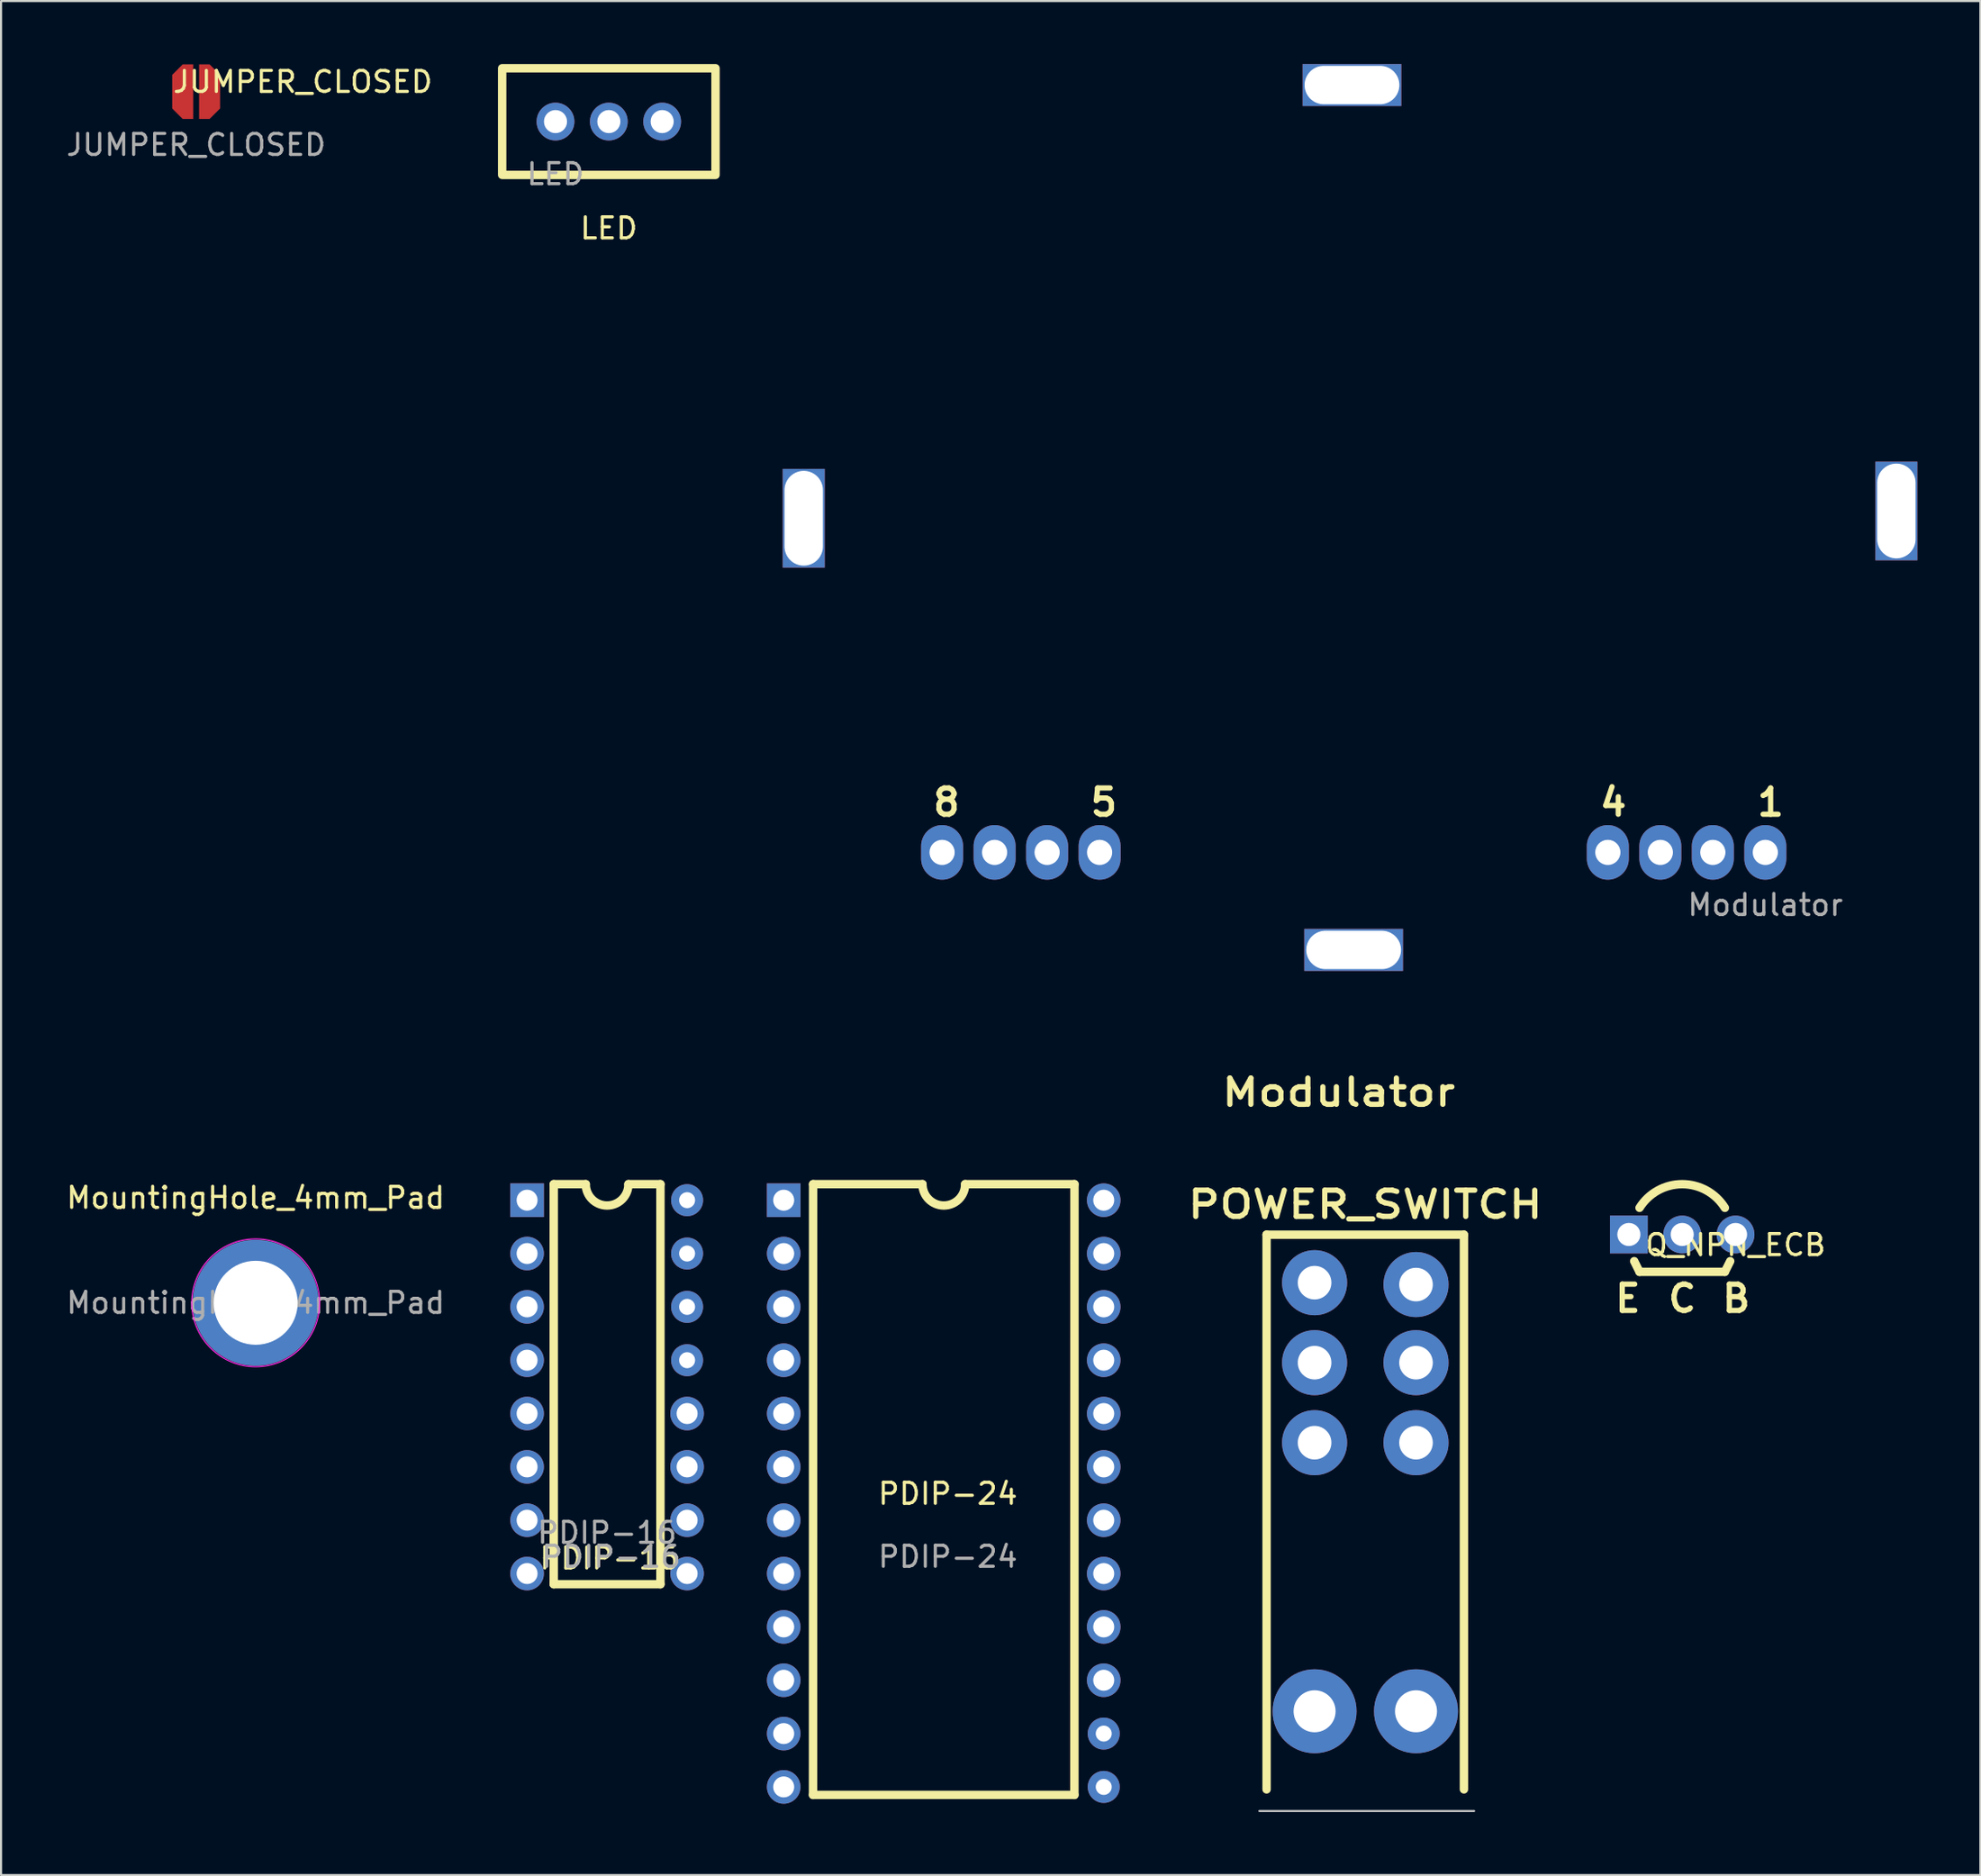
<source format=kicad_pcb>
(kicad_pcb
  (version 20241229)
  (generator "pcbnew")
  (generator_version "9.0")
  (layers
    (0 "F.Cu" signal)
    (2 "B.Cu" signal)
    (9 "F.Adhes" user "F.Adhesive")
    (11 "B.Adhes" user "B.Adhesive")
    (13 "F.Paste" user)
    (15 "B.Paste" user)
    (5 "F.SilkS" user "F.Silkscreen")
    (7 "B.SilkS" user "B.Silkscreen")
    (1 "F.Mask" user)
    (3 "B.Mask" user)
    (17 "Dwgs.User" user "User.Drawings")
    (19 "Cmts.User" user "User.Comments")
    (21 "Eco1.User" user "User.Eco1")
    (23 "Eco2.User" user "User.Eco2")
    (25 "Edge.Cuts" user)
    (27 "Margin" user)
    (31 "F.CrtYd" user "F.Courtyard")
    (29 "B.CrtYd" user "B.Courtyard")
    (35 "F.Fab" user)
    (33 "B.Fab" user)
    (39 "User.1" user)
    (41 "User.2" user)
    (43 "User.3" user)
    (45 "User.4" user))
  (footprint "PDIP-16"
    (layer "F.Cu")
    (at 25.86 61.723)
    (property "Reference" "PDIP-16" (at 0.103 9.439 0) (unlocked yes) (layer "F.SilkS") (effects (font (size 1 1) (thickness 0.15))))
    (attr through_hole)
    (fp_line (start -2.54 -8.382) (end -1.016 -8.382) (stroke (width 0.4) (type default)) (layer "F.SilkS"))
    (fp_line (start -2.54 10.668) (end -2.54 -8.382) (stroke (width 0.4) (type default)) (layer "F.SilkS"))
    (fp_line (start -2.54 10.668) (end 2.54 10.668) (stroke (width 0.4) (type default)) (layer "F.SilkS"))
    (fp_line (start 1.016 -8.382) (end 2.54 -8.382) (stroke (width 0.4) (type default)) (layer "F.SilkS"))
    (fp_line (start 2.54 10.668) (end 2.54 -8.382) (stroke (width 0.4) (type default)) (layer "F.SilkS"))
    (fp_arc (start 1.016 -8.382) (mid 0 -7.366) (end -1.016 -8.382) (stroke (width 0.4) (type default)) (layer "F.SilkS"))
    (fp_text user "${REFERENCE}" (at 0.195 9.357 0) (unlocked yes) (layer "F.Fab") (effects (font (size 1 1) (thickness 0.15))))
    (fp_text user "${REFERENCE}" (at 0 8.215 0) (unlocked yes) (layer "F.Fab") (effects (font (size 1 1) (thickness 0.15))))
    (pad "1" thru_hole rect (at -3.81 -7.62) (size 1.6 1.6) (drill 1) (layers "*.Cu" "*.Mask"))
    (pad "2" thru_hole circle (at -3.81 -5.08) (size 1.6 1.6) (drill 1) (layers "*.Cu" "*.Mask"))
    (pad "3" thru_hole circle (at -3.81 -2.54) (size 1.6 1.6) (drill 1) (layers "*.Cu" "*.Mask"))
    (pad "4" thru_hole circle (at -3.81 0) (size 1.6 1.6) (drill 1) (layers "*.Cu" "*.Mask"))
    (pad "5" thru_hole circle (at -3.81 2.54) (size 1.6 1.6) (drill 1) (layers "*.Cu" "*.Mask"))
    (pad "6" thru_hole circle (at -3.81 5.08) (size 1.6 1.6) (drill 1) (layers "*.Cu" "*.Mask"))
    (pad "7" thru_hole circle (at -3.81 7.62) (size 1.6 1.6) (drill 1) (layers "*.Cu" "*.Mask"))
    (pad "8" thru_hole circle (at -3.81 10.16) (size 1.6 1.6) (drill 1) (layers "*.Cu" "*.Mask"))
    (pad "9" thru_hole circle (at 3.81 10.16) (size 1.6 1.6) (drill 1) (layers "*.Cu" "*.Mask"))
    (pad "10" thru_hole circle (at 3.81 7.62) (size 1.6 1.6) (drill 1) (layers "*.Cu" "*.Mask"))
    (pad "11" thru_hole circle (at 3.81 5.08) (size 1.6 1.6) (drill 1) (layers "*.Cu" "*.Mask"))
    (pad "12" thru_hole circle (at 3.81 2.54) (size 1.6 1.6) (drill 1) (layers "*.Cu" "*.Mask"))
    (pad "13" thru_hole circle (at 3.81 0 180) (size 1.524 1.524) (drill 0.762) (layers "*.Cu" "*.Mask"))
    (pad "14" thru_hole circle (at 3.81 -2.54 180) (size 1.524 1.524) (drill 0.762) (layers "*.Cu" "*.Mask"))
    (pad "15" thru_hole circle (at 3.81 -5.08) (size 1.524 1.524) (drill 0.762) (layers "*.Cu" "*.Mask"))
    (pad "16" thru_hole circle (at 3.81 -7.62) (size 1.524 1.524) (drill 0.762) (layers "*.Cu" "*.Mask")))
  (footprint "JUMPER_CLOSED"
    (layer "F.Cu")
    (at 6.292 1.348)
    (property "Reference" "JUMPER_CLOSED" (at 5.08 -0.5 0) (unlocked yes) (layer "F.SilkS") (effects (font (size 1 1) (thickness 0.15))))
    (attr smd)
    (fp_text user "${REFERENCE}" (at 0 2.5 0) (unlocked yes) (layer "F.Fab") (effects (font (size 1 1) (thickness 0.15))))
    (pad "1" smd roundrect (at -0.642 -0.033) (size 1 2.6) (layers "F.Cu" "F.Paste") (roundrect_rratio 0) (chamfer_ratio 0.5) (chamfer top_left bottom_left))
    (pad "1" smd roundrect (at 0.639 -0.033 180) (size 1 2.6) (layers "F.Cu" "F.Paste") (roundrect_rratio 0) (chamfer_ratio 0.5) (chamfer top_left bottom_left)))
  (footprint "PDIP-24"
    (layer "F.Cu")
    (at 41.89 68.074)
    (property "Reference" "PDIP-24" (at 0.195 0.007 0) (unlocked yes) (layer "F.SilkS") (effects (font (size 1 1) (thickness 0.15))))
    (attr through_hole)
    (fp_line (start -6.223 14.351) (end 6.223 14.351) (stroke (width 0.4) (type default)) (layer "F.SilkS"))
    (fp_line (start -6.219 -14.733) (end -6.223 14.351) (stroke (width 0.4) (type default)) (layer "F.SilkS"))
    (fp_line (start -1.012 -14.733) (end -6.219 -14.733) (stroke (width 0.4) (type default)) (layer "F.SilkS"))
    (fp_line (start 6.223 14.351) (end 6.227 -14.733) (stroke (width 0.4) (type default)) (layer "F.SilkS"))
    (fp_line (start 6.227 -14.733) (end 1.02 -14.733) (stroke (width 0.4) (type default)) (layer "F.SilkS"))
    (fp_arc (start 1.020378 -14.733366) (mid 0.004378 -13.717366) (end -1.011622 -14.733366) (stroke (width 0.4) (type default)) (layer "F.SilkS"))
    (fp_text user "${REFERENCE}" (at 0.195 3.007 0) (unlocked yes) (layer "F.Fab") (effects (font (size 1 1) (thickness 0.15))))
    (pad "1" thru_hole rect (at -7.62 -13.97) (size 1.6 1.6) (drill 1) (layers "*.Cu" "*.Mask"))
    (pad "2" thru_hole circle (at -7.62 -11.43) (size 1.6 1.6) (drill 1) (layers "*.Cu" "*.Mask"))
    (pad "3" thru_hole circle (at -7.62 -8.89) (size 1.6 1.6) (drill 1) (layers "*.Cu" "*.Mask"))
    (pad "4" thru_hole circle (at -7.62 -6.35) (size 1.6 1.6) (drill 1) (layers "*.Cu" "*.Mask"))
    (pad "5" thru_hole circle (at -7.62 -3.81) (size 1.6 1.6) (drill 1) (layers "*.Cu" "*.Mask"))
    (pad "6" thru_hole circle (at -7.62 -1.27) (size 1.6 1.6) (drill 1) (layers "*.Cu" "*.Mask"))
    (pad "7" thru_hole circle (at -7.62 1.27) (size 1.6 1.6) (drill 1) (layers "*.Cu" "*.Mask"))
    (pad "8" thru_hole circle (at -7.62 3.81) (size 1.6 1.6) (drill 1) (layers "*.Cu" "*.Mask"))
    (pad "9" thru_hole circle (at -7.62 6.35) (size 1.6 1.6) (drill 1) (layers "*.Cu" "*.Mask"))
    (pad "10" thru_hole circle (at -7.62 8.89) (size 1.6 1.6) (drill 1) (layers "*.Cu" "*.Mask"))
    (pad "11" thru_hole circle (at -7.62 11.43) (size 1.6 1.6) (drill 1) (layers "*.Cu" "*.Mask"))
    (pad "12" thru_hole circle (at -7.62 13.97) (size 1.6 1.6) (drill 1) (layers "*.Cu" "*.Mask"))
    (pad "13" thru_hole circle (at 7.62 13.97 180) (size 1.524 1.524) (drill 0.762) (layers "*.Cu" "*.Mask"))
    (pad "14" thru_hole circle (at 7.62 11.43 180) (size 1.524 1.524) (drill 0.762) (layers "*.Cu" "*.Mask"))
    (pad "15" thru_hole circle (at 7.62 8.89) (size 1.6 1.6) (drill 1) (layers "*.Cu" "*.Mask"))
    (pad "16" thru_hole circle (at 7.62 6.35) (size 1.6 1.6) (drill 1) (layers "*.Cu" "*.Mask"))
    (pad "17" thru_hole circle (at 7.62 3.81) (size 1.6 1.6) (drill 1) (layers "*.Cu" "*.Mask"))
    (pad "18" thru_hole circle (at 7.62 1.27) (size 1.6 1.6) (drill 1) (layers "*.Cu" "*.Mask"))
    (pad "19" thru_hole circle (at 7.62 -1.27) (size 1.6 1.6) (drill 1) (layers "*.Cu" "*.Mask"))
    (pad "20" thru_hole circle (at 7.62 -3.81) (size 1.6 1.6) (drill 1) (layers "*.Cu" "*.Mask"))
    (pad "21" thru_hole circle (at 7.62 -6.35) (size 1.6 1.6) (drill 1) (layers "*.Cu" "*.Mask"))
    (pad "22" thru_hole circle (at 7.62 -8.89) (size 1.6 1.6) (drill 1) (layers "*.Cu" "*.Mask"))
    (pad "23" thru_hole circle (at 7.62 -11.43) (size 1.6 1.6) (drill 1) (layers "*.Cu" "*.Mask"))
    (pad "24" thru_hole circle (at 7.62 -13.97) (size 1.6 1.6) (drill 1) (layers "*.Cu" "*.Mask")))
  (footprint "LED"
    (layer "F.Cu")
    (at 23.403 2.74)
    (property "Reference" "LED" (at 2.54 5.08 0) (unlocked yes) (layer "F.SilkS") (effects (font (size 1 1) (thickness 0.15))))
    (attr through_hole)
    (fp_rect (start -2.54 -2.54) (end 7.62 2.54) (stroke (width 0.4) (type default)) (fill no) (layer "F.SilkS"))
    (fp_text user "${REFERENCE}" (at 0 2.5 0) (unlocked yes) (layer "F.Fab") (effects (font (size 1 1) (thickness 0.15))))
    (pad "1" thru_hole circle (at 0 0) (size 1.8 1.8) (drill 1.1) (layers "*.Cu" "*.Mask"))
    (pad "2" thru_hole circle (at 2.54 0) (size 1.8 1.8) (drill 1.1) (layers "*.Cu" "*.Mask"))
    (pad "3" thru_hole circle (at 5.08 0) (size 1.8 1.8) (drill 1.1) (layers "*.Cu" "*.Mask")))
  (footprint "Q_NPN_ECB"
    (layer "F.Cu")
    (at 77.057 55.737)
    (property "Reference" "Q_NPN_ECB" (at 2.54 0.5 0) (layer "F.SilkS") (effects (font (size 1 1) (thickness 0.15))))
    (attr through_hole)
    (fp_line (start -2.286 1.27) (end -2.032 1.778) (stroke (width 0.4) (type solid)) (layer "F.SilkS"))
    (fp_line (start -2.032 1.778) (end 2.032 1.778) (stroke (width 0.4) (type solid)) (layer "F.SilkS"))
    (fp_line (start 2.032 1.778) (end 2.286 1.27) (stroke (width 0.4) (type solid)) (layer "F.SilkS"))
    (fp_arc (start -2.032 -1.27) (mid 0 -2.396231) (end 2.032 -1.27) (stroke (width 0.4) (type solid)) (layer "F.SilkS"))
    (fp_text user "C" (at 0 3.048 0) (layer "F.SilkS") (effects (font (size 1.25 1.25) (thickness 0.25) (bold yes))))
    (fp_text user "B" (at 2.573 3.048 0) (layer "F.SilkS") (effects (font (size 1.25 1.25) (thickness 0.25) (bold yes))))
    (fp_text user "E" (at -2.589 3.048 0) (layer "F.SilkS") (effects (font (size 1.25 1.25) (thickness 0.25) (bold yes))))
    (pad "B" thru_hole circle (at 2.54 0 90) (size 1.8 1.8) (drill 1.1) (layers "*.Cu" "*.Mask"))
    (pad "C" thru_hole circle (at 0 0 90) (size 1.8 1.8) (drill 1.1) (layers "*.Cu" "*.Mask"))
    (pad "E" thru_hole rect (at -2.54 0 90) (size 1.8 1.8) (drill 1.1) (layers "*.Cu" "*.Mask")))
  (footprint "Modulator"
    (layer "F.Cu")
    (at 81.015 37.541)
    (property "Reference" "Modulator" (at -20.32 11.43 0) (unlocked yes) (layer "F.SilkS") (effects (font (size 1.25 1.5) (thickness 0.25) (bold yes))))
    (attr through_hole)
    (fp_text user "4" (at -8.001 -1.651 0) (unlocked yes) (layer "F.SilkS") (effects (font (size 1.25 1.25) (thickness 0.25) (bold yes)) (justify left bottom)))
    (fp_text user "8" (at -39.751 -1.651 0) (unlocked yes) (layer "F.SilkS") (effects (font (size 1.25 1.25) (thickness 0.25) (bold yes)) (justify left bottom)))
    (fp_text user "1" (at -0.508 -1.651 0) (unlocked yes) (layer "F.SilkS") (effects (font (size 1.25 1.25) (thickness 0.25) (bold yes)) (justify left bottom)))
    (fp_text user "5" (at -32.258 -1.651 0) (unlocked yes) (layer "F.SilkS") (effects (font (size 1.25 1.25) (thickness 0.25) (bold yes)) (justify left bottom)))
    (fp_text user "${REFERENCE}" (at 0 2.5 0) (unlocked yes) (layer "F.Fab") (effects (font (size 1 1) (thickness 0.15))))
    (pad "1" thru_hole oval (at 0 0) (size 2 2.6) (drill 1.2) (layers "*.Cu" "*.Mask"))
    (pad "2" thru_hole oval (at -2.5 0) (size 2 2.6) (drill 1.2) (layers "*.Cu" "*.Mask"))
    (pad "3" thru_hole oval (at -5 0) (size 2 2.6) (drill 1.2) (layers "*.Cu" "*.Mask"))
    (pad "4" thru_hole oval (at -7.5 0) (size 2 2.6) (drill 1.2) (layers "*.Cu" "*.Mask"))
    (pad "5" thru_hole oval (at -31.702 0) (size 2 2.6) (drill 1.2) (layers "*.Cu" "*.Mask"))
    (pad "6" thru_hole oval (at -34.202 0) (size 2 2.6) (drill 1.2) (layers "*.Cu" "*.Mask"))
    (pad "7" thru_hole oval (at -36.702 0) (size 2 2.6) (drill 1.2) (layers "*.Cu" "*.Mask"))
    (pad "8" thru_hole oval (at -39.202 0) (size 2 2.6) (drill 1.2) (layers "*.Cu" "*.Mask"))
    (pad "CASE" thru_hole rect (at -45.792 -15.912 90) (size 4.7 2) (drill oval 4.513 1.829) (layers "*.Cu" "*.Mask"))
    (pad "CASE" thru_hole rect (at -19.684 -36.541) (size 4.7 2) (drill oval 4.513 1.829) (layers "*.Cu" "*.Mask"))
    (pad "CASE" thru_hole rect (at -19.604 4.644) (size 4.7 2) (drill oval 4.513 1.829) (layers "*.Cu" "*.Mask"))
    (pad "CASE" thru_hole rect (at 6.242 -16.258 90) (size 4.7 2) (drill oval 4.513 1.829) (layers "*.Cu" "*.Mask")))
  (footprint "POWER_SWITCH"
    (layer "F.Cu")
    (at 61.841 61.931)
    (property "Reference" "POWER_SWITCH" (at 0.123 -7.62 0) (layer "F.SilkS") (effects (font (size 1.25 1.5) (thickness 0.25) (bold yes))))
    (attr through_hole)
    (fp_line (start -4.576 -6.186) (end -4.576 20.23) (stroke (width 0.4) (type solid)) (layer "F.SilkS"))
    (fp_line (start 4.822 -6.186) (end -4.576 -6.186) (stroke (width 0.4) (type solid)) (layer "F.SilkS"))
    (fp_line (start 4.822 -6.186) (end 4.822 20.23) (stroke (width 0.4) (type solid)) (layer "F.SilkS"))
    (fp_line (start 5.305 21.259) (end -4.919 21.259) (stroke (width 0.1) (type solid)) (layer "Dwgs.User"))
    (pad "1" thru_hole circle (at 2.54 -0.09) (size 3.1 3.1) (drill 1.6) (layers "*.Cu" "*.Mask"))
    (pad "2" thru_hole circle (at 2.54 3.72) (size 3.1 3.1) (drill 1.6) (layers "*.Cu" "*.Mask"))
    (pad "3" thru_hole circle (at 2.54 -3.81) (size 3.1 3.1) (drill 1.6) (layers "*.Cu" "*.Mask"))
    (pad "4" thru_hole circle (at -2.29 -0.09) (size 3.1 3.1) (drill 1.6) (layers "*.Cu" "*.Mask"))
    (pad "5" thru_hole circle (at -2.29 3.72) (size 3.1 3.1) (drill 1.6) (layers "*.Cu" "*.Mask"))
    (pad "6" thru_hole circle (at -2.29 -3.9) (size 3.1 3.1) (drill 1.6) (layers "*.Cu" "*.Mask"))
    (pad "pe" thru_hole circle (at -2.29 16.51) (size 4 4) (drill 2) (layers "*.Cu" "*.Mask"))
    (pad "pe" thru_hole circle (at 2.54 16.51) (size 4 4) (drill 2) (layers "*.Cu" "*.Mask")))
  (footprint "MountingHole_4mm_Pad"
    (layer "F.Cu")
    (at 9.125 58.989)
    (property "Reference" "MountingHole_4mm_Pad" (at 0 -5 0) (layer "F.SilkS") (effects (font (size 1 1) (thickness 0.15))))
    (attr exclude_from_pos_files exclude_from_bom)
    (fp_circle (center 0 0) (end 3.044 0.013) (stroke (width 0.05) (type solid)) (fill no) (layer "F.CrtYd"))
    (fp_text user "${REFERENCE}" (at 0 0 0) (layer "F.Fab") (effects (font (size 1 1) (thickness 0.15))))
    (pad "1" thru_hole circle (at 0 0) (size 6 6) (drill 4) (layers "*.Cu" "*.Mask")))
  (gr_rect
    (start -3 -3)
    (end 91.257 86.24)
    (stroke (width 0.1) (type default))
    (fill no)
    (layer "Edge.Cuts")))
</source>
